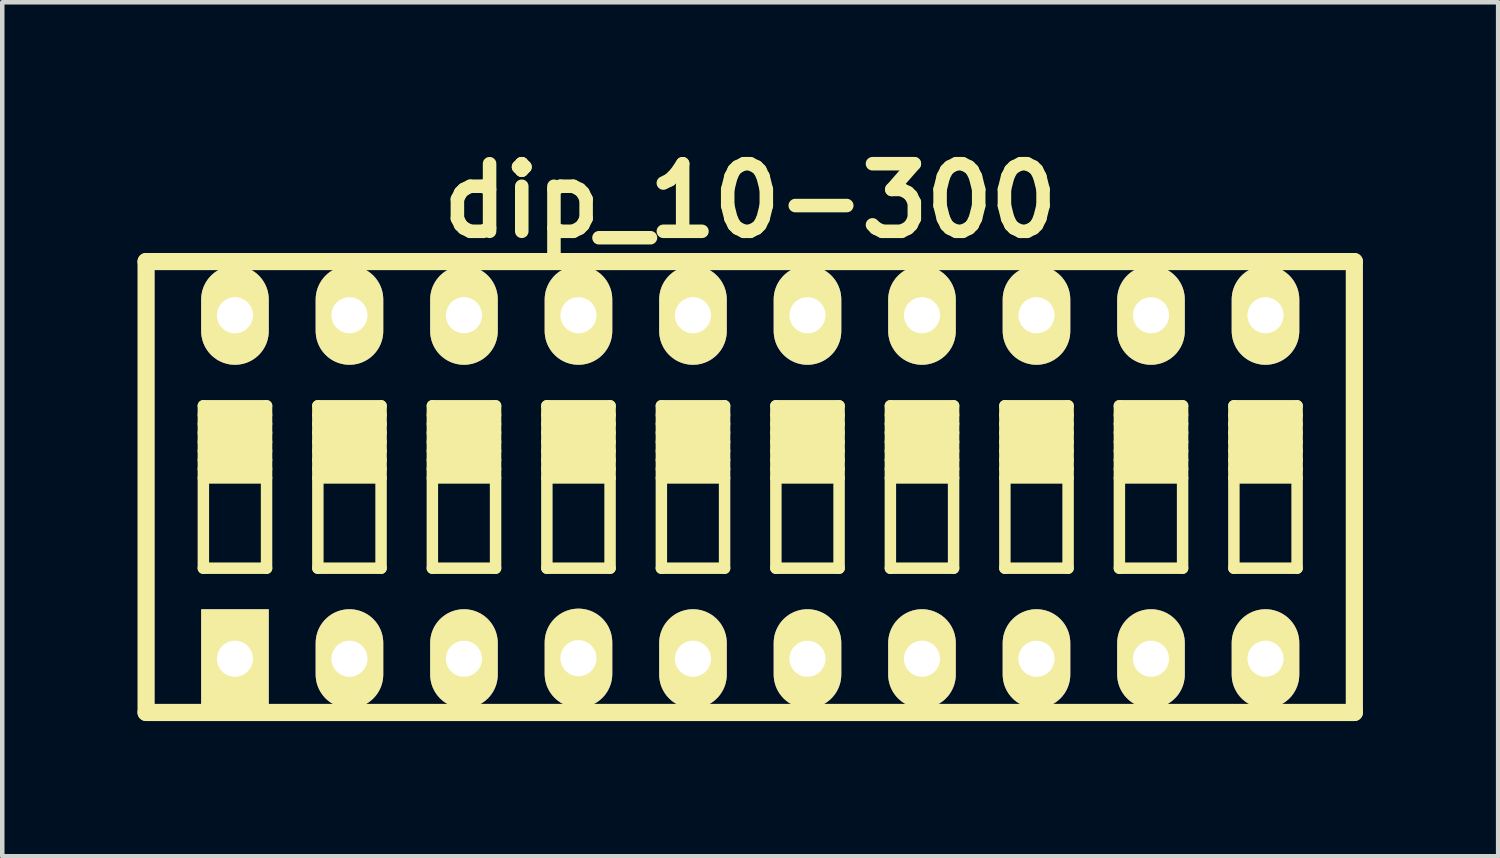
<source format=kicad_pcb>
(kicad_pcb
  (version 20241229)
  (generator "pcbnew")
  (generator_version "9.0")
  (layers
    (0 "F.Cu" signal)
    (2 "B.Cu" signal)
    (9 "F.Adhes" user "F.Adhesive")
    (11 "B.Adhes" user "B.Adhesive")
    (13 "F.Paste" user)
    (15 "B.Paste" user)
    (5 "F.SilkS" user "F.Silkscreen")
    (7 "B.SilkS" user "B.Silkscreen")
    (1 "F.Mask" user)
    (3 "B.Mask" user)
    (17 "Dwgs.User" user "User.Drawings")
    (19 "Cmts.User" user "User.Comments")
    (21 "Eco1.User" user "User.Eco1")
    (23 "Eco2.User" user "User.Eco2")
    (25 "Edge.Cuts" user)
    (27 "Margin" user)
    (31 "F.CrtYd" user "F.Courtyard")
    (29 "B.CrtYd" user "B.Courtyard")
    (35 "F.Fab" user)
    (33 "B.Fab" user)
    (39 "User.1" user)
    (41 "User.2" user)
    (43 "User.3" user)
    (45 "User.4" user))
  (footprint "dip_10-300"
    (layer "F.Cu")
    (at 13.592 7.753)
    (property "Reference" "dip_10-300" (at 0 -6.35 0) (layer "F.SilkS") (effects (font (size 1.499 1.499) (thickness 0.3))))
    (attr through_hole)
    (fp_line (start -13.401 5.001) (end -13.401 -5.001) (stroke (width 0.381) (type solid)) (layer "F.SilkS"))
    (fp_line (start -13.401 5.001) (end 13.401 5.001) (stroke (width 0.381) (type solid)) (layer "F.SilkS"))
    (fp_line (start -12.131 -1.801) (end -12.131 1.801) (stroke (width 0.254) (type solid)) (layer "F.SilkS"))
    (fp_line (start -12.131 -1.6) (end -10.729 -1.6) (stroke (width 0.254) (type solid)) (layer "F.SilkS"))
    (fp_line (start -12.131 -1.4) (end -10.729 -1.4) (stroke (width 0.254) (type solid)) (layer "F.SilkS"))
    (fp_line (start -12.131 -1.201) (end -10.729 -1.201) (stroke (width 0.254) (type solid)) (layer "F.SilkS"))
    (fp_line (start -12.131 -1.001) (end -10.729 -1.001) (stroke (width 0.254) (type solid)) (layer "F.SilkS"))
    (fp_line (start -12.131 -0.8) (end -10.729 -0.8) (stroke (width 0.254) (type solid)) (layer "F.SilkS"))
    (fp_line (start -12.131 -0.599) (end -10.729 -0.599) (stroke (width 0.254) (type solid)) (layer "F.SilkS"))
    (fp_line (start -12.131 -0.401) (end -10.729 -0.401) (stroke (width 0.254) (type solid)) (layer "F.SilkS"))
    (fp_line (start -12.131 -0.201) (end -10.729 -0.201) (stroke (width 0.254) (type solid)) (layer "F.SilkS"))
    (fp_line (start -12.131 1.801) (end -10.729 1.801) (stroke (width 0.254) (type solid)) (layer "F.SilkS"))
    (fp_line (start -10.729 -1.801) (end -12.131 -1.801) (stroke (width 0.254) (type solid)) (layer "F.SilkS"))
    (fp_line (start -10.729 1.801) (end -10.729 -1.801) (stroke (width 0.254) (type solid)) (layer "F.SilkS"))
    (fp_line (start -9.591 -1.801) (end -9.591 1.801) (stroke (width 0.254) (type solid)) (layer "F.SilkS"))
    (fp_line (start -9.591 -1.6) (end -8.189 -1.6) (stroke (width 0.254) (type solid)) (layer "F.SilkS"))
    (fp_line (start -9.591 -1.4) (end -8.189 -1.4) (stroke (width 0.254) (type solid)) (layer "F.SilkS"))
    (fp_line (start -9.591 -1.201) (end -8.189 -1.201) (stroke (width 0.254) (type solid)) (layer "F.SilkS"))
    (fp_line (start -9.591 -1.001) (end -8.189 -1.001) (stroke (width 0.254) (type solid)) (layer "F.SilkS"))
    (fp_line (start -9.591 -0.8) (end -8.189 -0.8) (stroke (width 0.254) (type solid)) (layer "F.SilkS"))
    (fp_line (start -9.591 -0.599) (end -8.189 -0.599) (stroke (width 0.254) (type solid)) (layer "F.SilkS"))
    (fp_line (start -9.591 -0.401) (end -8.189 -0.401) (stroke (width 0.254) (type solid)) (layer "F.SilkS"))
    (fp_line (start -9.591 -0.201) (end -8.189 -0.201) (stroke (width 0.254) (type solid)) (layer "F.SilkS"))
    (fp_line (start -9.591 1.801) (end -8.189 1.801) (stroke (width 0.254) (type solid)) (layer "F.SilkS"))
    (fp_line (start -8.189 -1.801) (end -9.591 -1.801) (stroke (width 0.254) (type solid)) (layer "F.SilkS"))
    (fp_line (start -8.189 1.801) (end -8.189 -1.801) (stroke (width 0.254) (type solid)) (layer "F.SilkS"))
    (fp_line (start -7.051 -1.801) (end -7.051 1.801) (stroke (width 0.254) (type solid)) (layer "F.SilkS"))
    (fp_line (start -7.051 -1.6) (end -5.649 -1.6) (stroke (width 0.254) (type solid)) (layer "F.SilkS"))
    (fp_line (start -7.051 -1.4) (end -5.649 -1.4) (stroke (width 0.254) (type solid)) (layer "F.SilkS"))
    (fp_line (start -7.051 -1.201) (end -5.649 -1.201) (stroke (width 0.254) (type solid)) (layer "F.SilkS"))
    (fp_line (start -7.051 -1.001) (end -5.649 -1.001) (stroke (width 0.254) (type solid)) (layer "F.SilkS"))
    (fp_line (start -7.051 -0.8) (end -5.649 -0.8) (stroke (width 0.254) (type solid)) (layer "F.SilkS"))
    (fp_line (start -7.051 -0.599) (end -5.649 -0.599) (stroke (width 0.254) (type solid)) (layer "F.SilkS"))
    (fp_line (start -7.051 -0.401) (end -5.649 -0.401) (stroke (width 0.254) (type solid)) (layer "F.SilkS"))
    (fp_line (start -7.051 -0.201) (end -5.649 -0.201) (stroke (width 0.254) (type solid)) (layer "F.SilkS"))
    (fp_line (start -7.051 1.801) (end -5.649 1.801) (stroke (width 0.254) (type solid)) (layer "F.SilkS"))
    (fp_line (start -5.649 -1.801) (end -7.051 -1.801) (stroke (width 0.254) (type solid)) (layer "F.SilkS"))
    (fp_line (start -5.649 1.801) (end -5.649 -1.801) (stroke (width 0.254) (type solid)) (layer "F.SilkS"))
    (fp_line (start -4.511 -1.801) (end -4.511 1.801) (stroke (width 0.254) (type solid)) (layer "F.SilkS"))
    (fp_line (start -4.511 -1.6) (end -3.109 -1.6) (stroke (width 0.254) (type solid)) (layer "F.SilkS"))
    (fp_line (start -4.511 -1.4) (end -3.109 -1.4) (stroke (width 0.254) (type solid)) (layer "F.SilkS"))
    (fp_line (start -4.511 -1.201) (end -3.109 -1.201) (stroke (width 0.254) (type solid)) (layer "F.SilkS"))
    (fp_line (start -4.511 -1.001) (end -3.109 -1.001) (stroke (width 0.254) (type solid)) (layer "F.SilkS"))
    (fp_line (start -4.511 -0.8) (end -3.109 -0.8) (stroke (width 0.254) (type solid)) (layer "F.SilkS"))
    (fp_line (start -4.511 -0.599) (end -3.109 -0.599) (stroke (width 0.254) (type solid)) (layer "F.SilkS"))
    (fp_line (start -4.511 -0.401) (end -3.109 -0.401) (stroke (width 0.254) (type solid)) (layer "F.SilkS"))
    (fp_line (start -4.511 -0.201) (end -3.109 -0.201) (stroke (width 0.254) (type solid)) (layer "F.SilkS"))
    (fp_line (start -4.511 1.801) (end -3.109 1.801) (stroke (width 0.254) (type solid)) (layer "F.SilkS"))
    (fp_line (start -3.109 -1.801) (end -4.511 -1.801) (stroke (width 0.254) (type solid)) (layer "F.SilkS"))
    (fp_line (start -3.109 1.801) (end -3.109 -1.801) (stroke (width 0.254) (type solid)) (layer "F.SilkS"))
    (fp_line (start -1.971 -1.801) (end -1.971 1.801) (stroke (width 0.254) (type solid)) (layer "F.SilkS"))
    (fp_line (start -1.971 -1.6) (end -0.569 -1.6) (stroke (width 0.254) (type solid)) (layer "F.SilkS"))
    (fp_line (start -1.971 -1.4) (end -0.569 -1.4) (stroke (width 0.254) (type solid)) (layer "F.SilkS"))
    (fp_line (start -1.971 -1.201) (end -0.569 -1.201) (stroke (width 0.254) (type solid)) (layer "F.SilkS"))
    (fp_line (start -1.971 -1.001) (end -0.569 -1.001) (stroke (width 0.254) (type solid)) (layer "F.SilkS"))
    (fp_line (start -1.971 -0.8) (end -0.569 -0.8) (stroke (width 0.254) (type solid)) (layer "F.SilkS"))
    (fp_line (start -1.971 -0.599) (end -0.569 -0.599) (stroke (width 0.254) (type solid)) (layer "F.SilkS"))
    (fp_line (start -1.971 -0.401) (end -0.569 -0.401) (stroke (width 0.254) (type solid)) (layer "F.SilkS"))
    (fp_line (start -1.971 -0.201) (end -0.569 -0.201) (stroke (width 0.254) (type solid)) (layer "F.SilkS"))
    (fp_line (start -1.971 1.801) (end -0.569 1.801) (stroke (width 0.254) (type solid)) (layer "F.SilkS"))
    (fp_line (start -0.569 -1.801) (end -1.971 -1.801) (stroke (width 0.254) (type solid)) (layer "F.SilkS"))
    (fp_line (start -0.569 1.801) (end -0.569 -1.801) (stroke (width 0.254) (type solid)) (layer "F.SilkS"))
    (fp_line (start 0.569 -1.801) (end 0.569 1.801) (stroke (width 0.254) (type solid)) (layer "F.SilkS"))
    (fp_line (start 0.569 -1.6) (end 1.971 -1.6) (stroke (width 0.254) (type solid)) (layer "F.SilkS"))
    (fp_line (start 0.569 -1.4) (end 1.971 -1.4) (stroke (width 0.254) (type solid)) (layer "F.SilkS"))
    (fp_line (start 0.569 -1.201) (end 1.971 -1.201) (stroke (width 0.254) (type solid)) (layer "F.SilkS"))
    (fp_line (start 0.569 -1.001) (end 1.971 -1.001) (stroke (width 0.254) (type solid)) (layer "F.SilkS"))
    (fp_line (start 0.569 -0.8) (end 1.971 -0.8) (stroke (width 0.254) (type solid)) (layer "F.SilkS"))
    (fp_line (start 0.569 -0.599) (end 1.971 -0.599) (stroke (width 0.254) (type solid)) (layer "F.SilkS"))
    (fp_line (start 0.569 -0.401) (end 1.971 -0.401) (stroke (width 0.254) (type solid)) (layer "F.SilkS"))
    (fp_line (start 0.569 -0.201) (end 1.971 -0.201) (stroke (width 0.254) (type solid)) (layer "F.SilkS"))
    (fp_line (start 0.569 1.801) (end 1.971 1.801) (stroke (width 0.254) (type solid)) (layer "F.SilkS"))
    (fp_line (start 1.971 -1.801) (end 0.569 -1.801) (stroke (width 0.254) (type solid)) (layer "F.SilkS"))
    (fp_line (start 1.971 1.801) (end 1.971 -1.801) (stroke (width 0.254) (type solid)) (layer "F.SilkS"))
    (fp_line (start 3.109 -1.801) (end 3.109 1.801) (stroke (width 0.254) (type solid)) (layer "F.SilkS"))
    (fp_line (start 3.109 -1.6) (end 4.511 -1.6) (stroke (width 0.254) (type solid)) (layer "F.SilkS"))
    (fp_line (start 3.109 -1.4) (end 4.511 -1.4) (stroke (width 0.254) (type solid)) (layer "F.SilkS"))
    (fp_line (start 3.109 -1.201) (end 4.511 -1.201) (stroke (width 0.254) (type solid)) (layer "F.SilkS"))
    (fp_line (start 3.109 -1.001) (end 4.511 -1.001) (stroke (width 0.254) (type solid)) (layer "F.SilkS"))
    (fp_line (start 3.109 -0.8) (end 4.511 -0.8) (stroke (width 0.254) (type solid)) (layer "F.SilkS"))
    (fp_line (start 3.109 -0.599) (end 4.511 -0.599) (stroke (width 0.254) (type solid)) (layer "F.SilkS"))
    (fp_line (start 3.109 -0.401) (end 4.511 -0.401) (stroke (width 0.254) (type solid)) (layer "F.SilkS"))
    (fp_line (start 3.109 -0.201) (end 4.511 -0.201) (stroke (width 0.254) (type solid)) (layer "F.SilkS"))
    (fp_line (start 3.109 1.801) (end 4.511 1.801) (stroke (width 0.254) (type solid)) (layer "F.SilkS"))
    (fp_line (start 4.511 -1.801) (end 3.109 -1.801) (stroke (width 0.254) (type solid)) (layer "F.SilkS"))
    (fp_line (start 4.511 1.801) (end 4.511 -1.801) (stroke (width 0.254) (type solid)) (layer "F.SilkS"))
    (fp_line (start 5.649 -1.801) (end 5.649 1.801) (stroke (width 0.254) (type solid)) (layer "F.SilkS"))
    (fp_line (start 5.649 -1.6) (end 7.051 -1.6) (stroke (width 0.254) (type solid)) (layer "F.SilkS"))
    (fp_line (start 5.649 -1.4) (end 7.051 -1.4) (stroke (width 0.254) (type solid)) (layer "F.SilkS"))
    (fp_line (start 5.649 -1.201) (end 7.051 -1.201) (stroke (width 0.254) (type solid)) (layer "F.SilkS"))
    (fp_line (start 5.649 -1.001) (end 7.051 -1.001) (stroke (width 0.254) (type solid)) (layer "F.SilkS"))
    (fp_line (start 5.649 -0.8) (end 7.051 -0.8) (stroke (width 0.254) (type solid)) (layer "F.SilkS"))
    (fp_line (start 5.649 -0.599) (end 7.051 -0.599) (stroke (width 0.254) (type solid)) (layer "F.SilkS"))
    (fp_line (start 5.649 -0.401) (end 7.051 -0.401) (stroke (width 0.254) (type solid)) (layer "F.SilkS"))
    (fp_line (start 5.649 -0.201) (end 7.051 -0.201) (stroke (width 0.254) (type solid)) (layer "F.SilkS"))
    (fp_line (start 5.649 1.801) (end 7.051 1.801) (stroke (width 0.254) (type solid)) (layer "F.SilkS"))
    (fp_line (start 7.051 -1.801) (end 5.649 -1.801) (stroke (width 0.254) (type solid)) (layer "F.SilkS"))
    (fp_line (start 7.051 1.801) (end 7.051 -1.801) (stroke (width 0.254) (type solid)) (layer "F.SilkS"))
    (fp_line (start 8.189 -1.801) (end 8.189 1.801) (stroke (width 0.254) (type solid)) (layer "F.SilkS"))
    (fp_line (start 8.189 -1.6) (end 9.591 -1.6) (stroke (width 0.254) (type solid)) (layer "F.SilkS"))
    (fp_line (start 8.189 -1.4) (end 9.591 -1.4) (stroke (width 0.254) (type solid)) (layer "F.SilkS"))
    (fp_line (start 8.189 -1.201) (end 9.591 -1.201) (stroke (width 0.254) (type solid)) (layer "F.SilkS"))
    (fp_line (start 8.189 -1.001) (end 9.591 -1.001) (stroke (width 0.254) (type solid)) (layer "F.SilkS"))
    (fp_line (start 8.189 -0.8) (end 9.591 -0.8) (stroke (width 0.254) (type solid)) (layer "F.SilkS"))
    (fp_line (start 8.189 -0.599) (end 9.591 -0.599) (stroke (width 0.254) (type solid)) (layer "F.SilkS"))
    (fp_line (start 8.189 -0.401) (end 9.591 -0.401) (stroke (width 0.254) (type solid)) (layer "F.SilkS"))
    (fp_line (start 8.189 -0.201) (end 9.591 -0.201) (stroke (width 0.254) (type solid)) (layer "F.SilkS"))
    (fp_line (start 8.189 1.801) (end 9.591 1.801) (stroke (width 0.254) (type solid)) (layer "F.SilkS"))
    (fp_line (start 9.591 -1.801) (end 8.189 -1.801) (stroke (width 0.254) (type solid)) (layer "F.SilkS"))
    (fp_line (start 9.591 1.801) (end 9.591 -1.801) (stroke (width 0.254) (type solid)) (layer "F.SilkS"))
    (fp_line (start 10.729 -1.801) (end 10.729 1.801) (stroke (width 0.254) (type solid)) (layer "F.SilkS"))
    (fp_line (start 10.729 -1.6) (end 12.131 -1.6) (stroke (width 0.254) (type solid)) (layer "F.SilkS"))
    (fp_line (start 10.729 -1.4) (end 12.131 -1.4) (stroke (width 0.254) (type solid)) (layer "F.SilkS"))
    (fp_line (start 10.729 -1.201) (end 12.131 -1.201) (stroke (width 0.254) (type solid)) (layer "F.SilkS"))
    (fp_line (start 10.729 -1.001) (end 12.131 -1.001) (stroke (width 0.254) (type solid)) (layer "F.SilkS"))
    (fp_line (start 10.729 -0.8) (end 12.131 -0.8) (stroke (width 0.254) (type solid)) (layer "F.SilkS"))
    (fp_line (start 10.729 -0.599) (end 12.131 -0.599) (stroke (width 0.254) (type solid)) (layer "F.SilkS"))
    (fp_line (start 10.729 -0.401) (end 12.131 -0.401) (stroke (width 0.254) (type solid)) (layer "F.SilkS"))
    (fp_line (start 10.729 -0.201) (end 12.131 -0.201) (stroke (width 0.254) (type solid)) (layer "F.SilkS"))
    (fp_line (start 10.729 1.801) (end 12.131 1.801) (stroke (width 0.254) (type solid)) (layer "F.SilkS"))
    (fp_line (start 12.131 -1.801) (end 10.729 -1.801) (stroke (width 0.254) (type solid)) (layer "F.SilkS"))
    (fp_line (start 12.131 1.801) (end 12.131 -1.801) (stroke (width 0.254) (type solid)) (layer "F.SilkS"))
    (fp_line (start 13.401 -5.001) (end -13.401 -5.001) (stroke (width 0.381) (type solid)) (layer "F.SilkS"))
    (fp_line (start 13.401 -4.999) (end 13.401 5.001) (stroke (width 0.381) (type solid)) (layer "F.SilkS"))
    (pad "1" thru_hole rect (at -11.43 3.81) (size 1.499 2.197) (drill 0.8) (layers "*.Cu" "*.Mask" "F.SilkS"))
    (pad "2" thru_hole oval (at -8.89 3.81) (size 1.499 2.197) (drill 0.8) (layers "*.Cu" "*.Mask" "F.SilkS"))
    (pad "3" thru_hole oval (at -6.35 3.81) (size 1.499 2.197) (drill 0.8) (layers "*.Cu" "*.Mask" "F.SilkS"))
    (pad "4" thru_hole oval (at -3.81 3.797) (size 1.499 2.197) (drill 0.8) (layers "*.Cu" "*.Mask" "F.SilkS"))
    (pad "5" thru_hole oval (at -1.27 3.81) (size 1.499 2.197) (drill 0.8) (layers "*.Cu" "*.Mask" "F.SilkS"))
    (pad "6" thru_hole oval (at 1.27 3.81) (size 1.499 2.197) (drill 0.8) (layers "*.Cu" "*.Mask" "F.SilkS"))
    (pad "7" thru_hole oval (at 3.81 3.81) (size 1.499 2.197) (drill 0.8) (layers "*.Cu" "*.Mask" "F.SilkS"))
    (pad "8" thru_hole oval (at 6.35 3.81) (size 1.499 2.197) (drill 0.8) (layers "*.Cu" "*.Mask" "F.SilkS"))
    (pad "9" thru_hole oval (at 8.89 3.81) (size 1.499 2.197) (drill 0.8) (layers "*.Cu" "*.Mask" "F.SilkS"))
    (pad "10" thru_hole oval (at 11.43 3.81) (size 1.499 2.197) (drill 0.8) (layers "*.Cu" "*.Mask" "F.SilkS"))
    (pad "11" thru_hole oval (at 11.43 -3.81) (size 1.499 2.197) (drill 0.8) (layers "*.Cu" "*.Mask" "F.SilkS"))
    (pad "12" thru_hole oval (at 8.89 -3.81) (size 1.499 2.197) (drill 0.8) (layers "*.Cu" "*.Mask" "F.SilkS"))
    (pad "13" thru_hole oval (at 6.35 -3.81) (size 1.499 2.197) (drill 0.8) (layers "*.Cu" "*.Mask" "F.SilkS"))
    (pad "14" thru_hole oval (at 3.81 -3.81) (size 1.499 2.197) (drill 0.8) (layers "*.Cu" "*.Mask" "F.SilkS"))
    (pad "15" thru_hole oval (at 1.27 -3.81) (size 1.499 2.197) (drill 0.8) (layers "*.Cu" "*.Mask" "F.SilkS"))
    (pad "16" thru_hole oval (at -1.27 -3.81) (size 1.499 2.197) (drill 0.8) (layers "*.Cu" "*.Mask" "F.SilkS"))
    (pad "17" thru_hole oval (at -3.81 -3.81) (size 1.499 2.197) (drill 0.8) (layers "*.Cu" "*.Mask" "F.SilkS"))
    (pad "18" thru_hole oval (at -6.35 -3.81) (size 1.499 2.197) (drill 0.8) (layers "*.Cu" "*.Mask" "F.SilkS"))
    (pad "19" thru_hole oval (at -8.89 -3.81) (size 1.499 2.197) (drill 0.8) (layers "*.Cu" "*.Mask" "F.SilkS"))
    (pad "20" thru_hole oval (at -11.43 -3.81) (size 1.499 2.197) (drill 0.8) (layers "*.Cu" "*.Mask" "F.SilkS")))
  (gr_rect
    (start -3 -3)
    (end 30.183 15.944)
    (stroke (width 0.1) (type default))
    (fill no)
    (layer "Edge.Cuts")))
</source>
